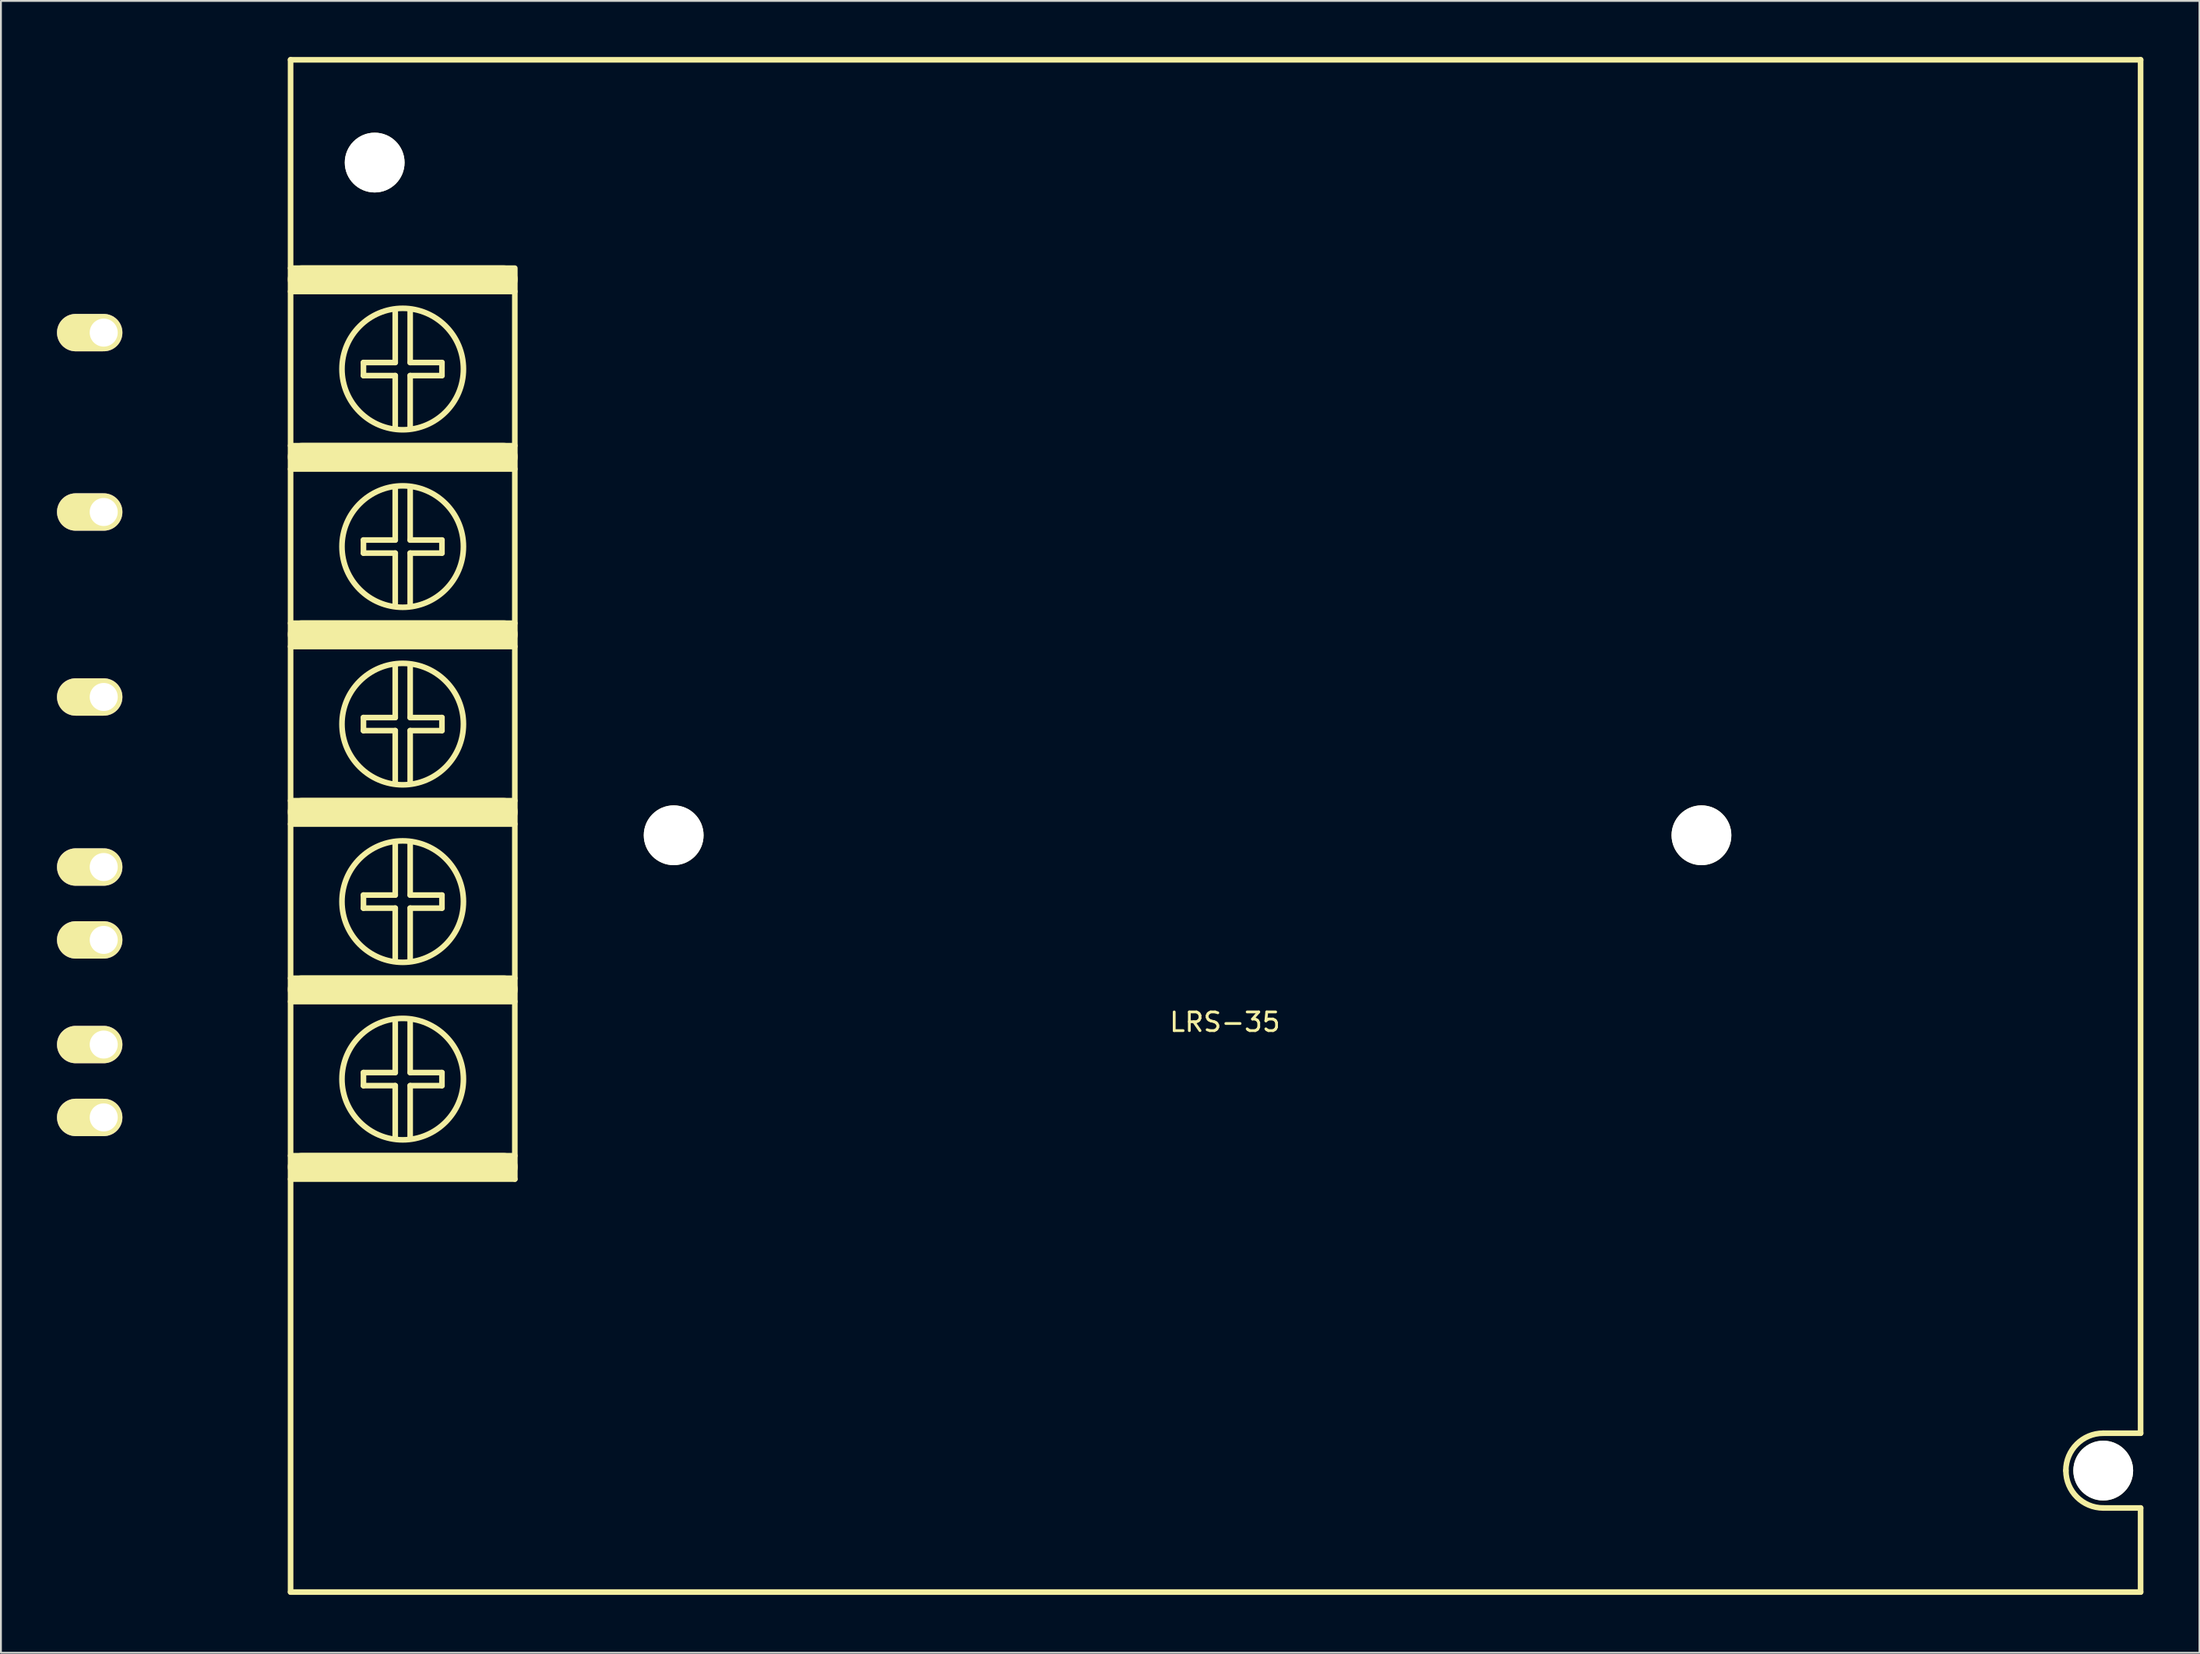
<source format=kicad_pcb>
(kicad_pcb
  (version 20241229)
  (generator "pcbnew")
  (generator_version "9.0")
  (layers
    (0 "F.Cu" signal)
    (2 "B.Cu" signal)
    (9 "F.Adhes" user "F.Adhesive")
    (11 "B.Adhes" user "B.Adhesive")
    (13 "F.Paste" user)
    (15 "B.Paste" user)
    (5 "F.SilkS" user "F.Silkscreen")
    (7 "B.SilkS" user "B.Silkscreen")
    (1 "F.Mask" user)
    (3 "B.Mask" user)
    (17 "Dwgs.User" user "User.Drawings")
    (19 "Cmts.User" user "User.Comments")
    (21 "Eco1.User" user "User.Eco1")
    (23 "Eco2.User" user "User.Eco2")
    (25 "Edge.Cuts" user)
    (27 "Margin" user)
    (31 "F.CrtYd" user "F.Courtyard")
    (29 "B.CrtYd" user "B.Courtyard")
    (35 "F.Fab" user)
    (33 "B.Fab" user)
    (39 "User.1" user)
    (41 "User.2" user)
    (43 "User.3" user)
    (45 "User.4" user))
  (footprint "LRS-35"
    (layer "F.Cu")
    (at 12.5 82.15)
    (property "Reference" "LRS-35" (at 50 -30.5 0) (layer "F.SilkS") (effects (font (size 1 1) (thickness 0.15))))
    (attr through_hole)
    (fp_line (start 0 -82) (end 0 0) (stroke (width 0.3) (type solid)) (layer "F.SilkS"))
    (fp_line (start 0 -70.85) (end 12 -70.85) (stroke (width 0.3) (type solid)) (layer "F.SilkS"))
    (fp_line (start 0 -69.6) (end 12 -69.6) (stroke (width 0.3) (type solid)) (layer "F.SilkS"))
    (fp_line (start 0 -61.35) (end 12 -61.35) (stroke (width 0.3) (type solid)) (layer "F.SilkS"))
    (fp_line (start 0 -60.1) (end 12 -60.1) (stroke (width 0.3) (type solid)) (layer "F.SilkS"))
    (fp_line (start 0 -51.85) (end 12 -51.85) (stroke (width 0.3) (type solid)) (layer "F.SilkS"))
    (fp_line (start 0 -50.6) (end 12 -50.6) (stroke (width 0.3) (type solid)) (layer "F.SilkS"))
    (fp_line (start 0 -42.35) (end 12 -42.35) (stroke (width 0.3) (type solid)) (layer "F.SilkS"))
    (fp_line (start 0 -41.1) (end 12 -41.1) (stroke (width 0.3) (type solid)) (layer "F.SilkS"))
    (fp_line (start 0 -32.85) (end 12 -32.85) (stroke (width 0.3) (type solid)) (layer "F.SilkS"))
    (fp_line (start 0 -31.6) (end 12 -31.6) (stroke (width 0.3) (type solid)) (layer "F.SilkS"))
    (fp_line (start 0 -23.35) (end 12 -23.35) (stroke (width 0.3) (type solid)) (layer "F.SilkS"))
    (fp_line (start 0 -22.1) (end 12 -22.1) (stroke (width 0.3) (type solid)) (layer "F.SilkS"))
    (fp_line (start 0 0) (end 99 0) (stroke (width 0.3) (type solid)) (layer "F.SilkS"))
    (fp_line (start 0.6 -70.25) (end 11.4 -70.25) (stroke (width 1.5) (type solid)) (layer "F.SilkS"))
    (fp_line (start 0.6 -60.75) (end 11.4 -60.75) (stroke (width 1.5) (type solid)) (layer "F.SilkS"))
    (fp_line (start 0.6 -51.25) (end 11.4 -51.25) (stroke (width 1.5) (type solid)) (layer "F.SilkS"))
    (fp_line (start 0.6 -41.75) (end 11.4 -41.75) (stroke (width 1.5) (type solid)) (layer "F.SilkS"))
    (fp_line (start 0.6 -32.25) (end 11.4 -32.25) (stroke (width 1.5) (type solid)) (layer "F.SilkS"))
    (fp_line (start 0.6 -22.75) (end 11.4 -22.75) (stroke (width 1.5) (type solid)) (layer "F.SilkS"))
    (fp_line (start 3.9 -65.8) (end 5.6 -65.8) (stroke (width 0.3) (type solid)) (layer "F.SilkS"))
    (fp_line (start 3.9 -65.1) (end 3.9 -65.8) (stroke (width 0.3) (type solid)) (layer "F.SilkS"))
    (fp_line (start 3.9 -56.3) (end 5.6 -56.3) (stroke (width 0.3) (type solid)) (layer "F.SilkS"))
    (fp_line (start 3.9 -55.6) (end 3.9 -56.3) (stroke (width 0.3) (type solid)) (layer "F.SilkS"))
    (fp_line (start 3.9 -46.8) (end 5.6 -46.8) (stroke (width 0.3) (type solid)) (layer "F.SilkS"))
    (fp_line (start 3.9 -46.1) (end 3.9 -46.8) (stroke (width 0.3) (type solid)) (layer "F.SilkS"))
    (fp_line (start 3.9 -37.3) (end 5.6 -37.3) (stroke (width 0.3) (type solid)) (layer "F.SilkS"))
    (fp_line (start 3.9 -36.6) (end 3.9 -37.3) (stroke (width 0.3) (type solid)) (layer "F.SilkS"))
    (fp_line (start 3.9 -27.8) (end 5.6 -27.8) (stroke (width 0.3) (type solid)) (layer "F.SilkS"))
    (fp_line (start 3.9 -27.1) (end 3.9 -27.8) (stroke (width 0.3) (type solid)) (layer "F.SilkS"))
    (fp_line (start 5.6 -65.8) (end 5.6 -68.6) (stroke (width 0.3) (type solid)) (layer "F.SilkS"))
    (fp_line (start 5.6 -65.1) (end 3.9 -65.1) (stroke (width 0.3) (type solid)) (layer "F.SilkS"))
    (fp_line (start 5.6 -62.3) (end 5.6 -65.1) (stroke (width 0.3) (type solid)) (layer "F.SilkS"))
    (fp_line (start 5.6 -56.3) (end 5.6 -59.1) (stroke (width 0.3) (type solid)) (layer "F.SilkS"))
    (fp_line (start 5.6 -55.6) (end 3.9 -55.6) (stroke (width 0.3) (type solid)) (layer "F.SilkS"))
    (fp_line (start 5.6 -52.8) (end 5.6 -55.6) (stroke (width 0.3) (type solid)) (layer "F.SilkS"))
    (fp_line (start 5.6 -46.8) (end 5.6 -49.6) (stroke (width 0.3) (type solid)) (layer "F.SilkS"))
    (fp_line (start 5.6 -46.1) (end 3.9 -46.1) (stroke (width 0.3) (type solid)) (layer "F.SilkS"))
    (fp_line (start 5.6 -43.3) (end 5.6 -46.1) (stroke (width 0.3) (type solid)) (layer "F.SilkS"))
    (fp_line (start 5.6 -37.3) (end 5.6 -40.1) (stroke (width 0.3) (type solid)) (layer "F.SilkS"))
    (fp_line (start 5.6 -36.6) (end 3.9 -36.6) (stroke (width 0.3) (type solid)) (layer "F.SilkS"))
    (fp_line (start 5.6 -33.8) (end 5.6 -36.6) (stroke (width 0.3) (type solid)) (layer "F.SilkS"))
    (fp_line (start 5.6 -27.8) (end 5.6 -30.6) (stroke (width 0.3) (type solid)) (layer "F.SilkS"))
    (fp_line (start 5.6 -27.1) (end 3.9 -27.1) (stroke (width 0.3) (type solid)) (layer "F.SilkS"))
    (fp_line (start 5.6 -24.3) (end 5.6 -27.1) (stroke (width 0.3) (type solid)) (layer "F.SilkS"))
    (fp_line (start 6.4 -68.6) (end 6.4 -65.8) (stroke (width 0.3) (type solid)) (layer "F.SilkS"))
    (fp_line (start 6.4 -65.8) (end 8.1 -65.8) (stroke (width 0.3) (type solid)) (layer "F.SilkS"))
    (fp_line (start 6.4 -65.1) (end 6.4 -62.3) (stroke (width 0.3) (type solid)) (layer "F.SilkS"))
    (fp_line (start 6.4 -59.1) (end 6.4 -56.3) (stroke (width 0.3) (type solid)) (layer "F.SilkS"))
    (fp_line (start 6.4 -56.3) (end 8.1 -56.3) (stroke (width 0.3) (type solid)) (layer "F.SilkS"))
    (fp_line (start 6.4 -55.6) (end 6.4 -52.8) (stroke (width 0.3) (type solid)) (layer "F.SilkS"))
    (fp_line (start 6.4 -49.6) (end 6.4 -46.8) (stroke (width 0.3) (type solid)) (layer "F.SilkS"))
    (fp_line (start 6.4 -46.8) (end 8.1 -46.8) (stroke (width 0.3) (type solid)) (layer "F.SilkS"))
    (fp_line (start 6.4 -46.1) (end 6.4 -43.3) (stroke (width 0.3) (type solid)) (layer "F.SilkS"))
    (fp_line (start 6.4 -40.1) (end 6.4 -37.3) (stroke (width 0.3) (type solid)) (layer "F.SilkS"))
    (fp_line (start 6.4 -37.3) (end 8.1 -37.3) (stroke (width 0.3) (type solid)) (layer "F.SilkS"))
    (fp_line (start 6.4 -36.6) (end 6.4 -33.8) (stroke (width 0.3) (type solid)) (layer "F.SilkS"))
    (fp_line (start 6.4 -30.6) (end 6.4 -27.8) (stroke (width 0.3) (type solid)) (layer "F.SilkS"))
    (fp_line (start 6.4 -27.8) (end 8.1 -27.8) (stroke (width 0.3) (type solid)) (layer "F.SilkS"))
    (fp_line (start 6.4 -27.1) (end 6.4 -24.3) (stroke (width 0.3) (type solid)) (layer "F.SilkS"))
    (fp_line (start 8.1 -65.8) (end 8.1 -65.1) (stroke (width 0.3) (type solid)) (layer "F.SilkS"))
    (fp_line (start 8.1 -65.1) (end 6.4 -65.1) (stroke (width 0.3) (type solid)) (layer "F.SilkS"))
    (fp_line (start 8.1 -56.3) (end 8.1 -55.6) (stroke (width 0.3) (type solid)) (layer "F.SilkS"))
    (fp_line (start 8.1 -55.6) (end 6.4 -55.6) (stroke (width 0.3) (type solid)) (layer "F.SilkS"))
    (fp_line (start 8.1 -46.8) (end 8.1 -46.1) (stroke (width 0.3) (type solid)) (layer "F.SilkS"))
    (fp_line (start 8.1 -46.1) (end 6.4 -46.1) (stroke (width 0.3) (type solid)) (layer "F.SilkS"))
    (fp_line (start 8.1 -37.3) (end 8.1 -36.6) (stroke (width 0.3) (type solid)) (layer "F.SilkS"))
    (fp_line (start 8.1 -36.6) (end 6.4 -36.6) (stroke (width 0.3) (type solid)) (layer "F.SilkS"))
    (fp_line (start 8.1 -27.8) (end 8.1 -27.1) (stroke (width 0.3) (type solid)) (layer "F.SilkS"))
    (fp_line (start 8.1 -27.1) (end 6.4 -27.1) (stroke (width 0.3) (type solid)) (layer "F.SilkS"))
    (fp_line (start 12 -70.75) (end 12 -22.1) (stroke (width 0.3) (type solid)) (layer "F.SilkS"))
    (fp_line (start 97 -8.5) (end 99 -8.5) (stroke (width 0.3) (type solid)) (layer "F.SilkS"))
    (fp_line (start 97 -4.5) (end 99 -4.5) (stroke (width 0.3) (type solid)) (layer "F.SilkS"))
    (fp_line (start 99 -82) (end 0 -82) (stroke (width 0.3) (type solid)) (layer "F.SilkS"))
    (fp_line (start 99 -8.5) (end 99 -82) (stroke (width 0.3) (type solid)) (layer "F.SilkS"))
    (fp_line (start 99 -4.5) (end 99 0) (stroke (width 0.3) (type solid)) (layer "F.SilkS"))
    (fp_arc (start 95 -6.5) (mid 95.585786 -7.914214) (end 97 -8.5) (stroke (width 0.3) (type solid)) (layer "F.SilkS"))
    (fp_arc (start 97 -4.5) (mid 95.588044 -5.087018) (end 95.003491 -6.499997) (stroke (width 0.3) (type solid)) (layer "F.SilkS"))
    (fp_circle (center 6 -65.45) (end 6 -62.2) (stroke (width 0.3) (type solid)) (fill no) (layer "F.SilkS"))
    (fp_circle (center 6 -55.95) (end 6 -52.7) (stroke (width 0.3) (type solid)) (fill no) (layer "F.SilkS"))
    (fp_circle (center 6 -46.45) (end 6 -43.2) (stroke (width 0.3) (type solid)) (fill no) (layer "F.SilkS"))
    (fp_circle (center 6 -36.95) (end 6 -33.7) (stroke (width 0.3) (type solid)) (fill no) (layer "F.SilkS"))
    (fp_circle (center 6 -27.45) (end 6 -24.2) (stroke (width 0.3) (type solid)) (fill no) (layer "F.SilkS"))
    (pad "" np_thru_hole circle (at 4.5 -76.5) (size 3.2 3.2) (drill 3.2) (layers "*.Cu" "*.Mask" "F.SilkS"))
    (pad "" np_thru_hole circle (at 20.5 -40.5) (size 3.2 3.2) (drill 3.2) (layers "*.Cu" "*.Mask" "F.SilkS"))
    (pad "" np_thru_hole circle (at 75.5 -40.5) (size 3.2 3.2) (drill 3.2) (layers "*.Cu" "*.Mask" "F.SilkS"))
    (pad "" np_thru_hole circle (at 97 -6.5) (size 3.2 3.2) (drill 3.2) (layers "*.Cu" "*.Mask" "F.SilkS"))
    (pad "1" thru_hole oval (at -10 -67.4) (size 3.5 2) (drill 1.5 (offset -0.75 0)) (layers "*.Cu" "*.Mask" "F.SilkS"))
    (pad "2" thru_hole oval (at -10 -57.8) (size 3.5 2) (drill 1.5 (offset -0.75 0)) (layers "*.Cu" "*.Mask" "F.SilkS"))
    (pad "3" thru_hole oval (at -10 -47.9) (size 3.5 2) (drill 1.5 (offset -0.75 0)) (layers "*.Cu" "*.Mask" "F.SilkS"))
    (pad "4" thru_hole oval (at -10 -38.8) (size 3.5 2) (drill 1.5 (offset -0.75 0)) (layers "*.Cu" "*.Mask" "F.SilkS"))
    (pad "5" thru_hole oval (at -10 -29.3) (size 3.5 2) (drill 1.5 (offset -0.75 0)) (layers "*.Cu" "*.Mask" "F.SilkS"))
    (pad "6" thru_hole oval (at -10 -34.9) (size 3.5 2) (drill 1.5 (offset -0.75 0)) (layers "*.Cu" "*.Mask" "F.SilkS"))
    (pad "7" thru_hole oval (at -10 -25.4) (size 3.5 2) (drill 1.5 (offset -0.75 0)) (layers "*.Cu" "*.Mask" "F.SilkS")))
  (gr_rect
    (start -3 -3)
    (end 114.65 85.4)
    (stroke (width 0.1) (type default))
    (fill no)
    (layer "Edge.Cuts")))
</source>
